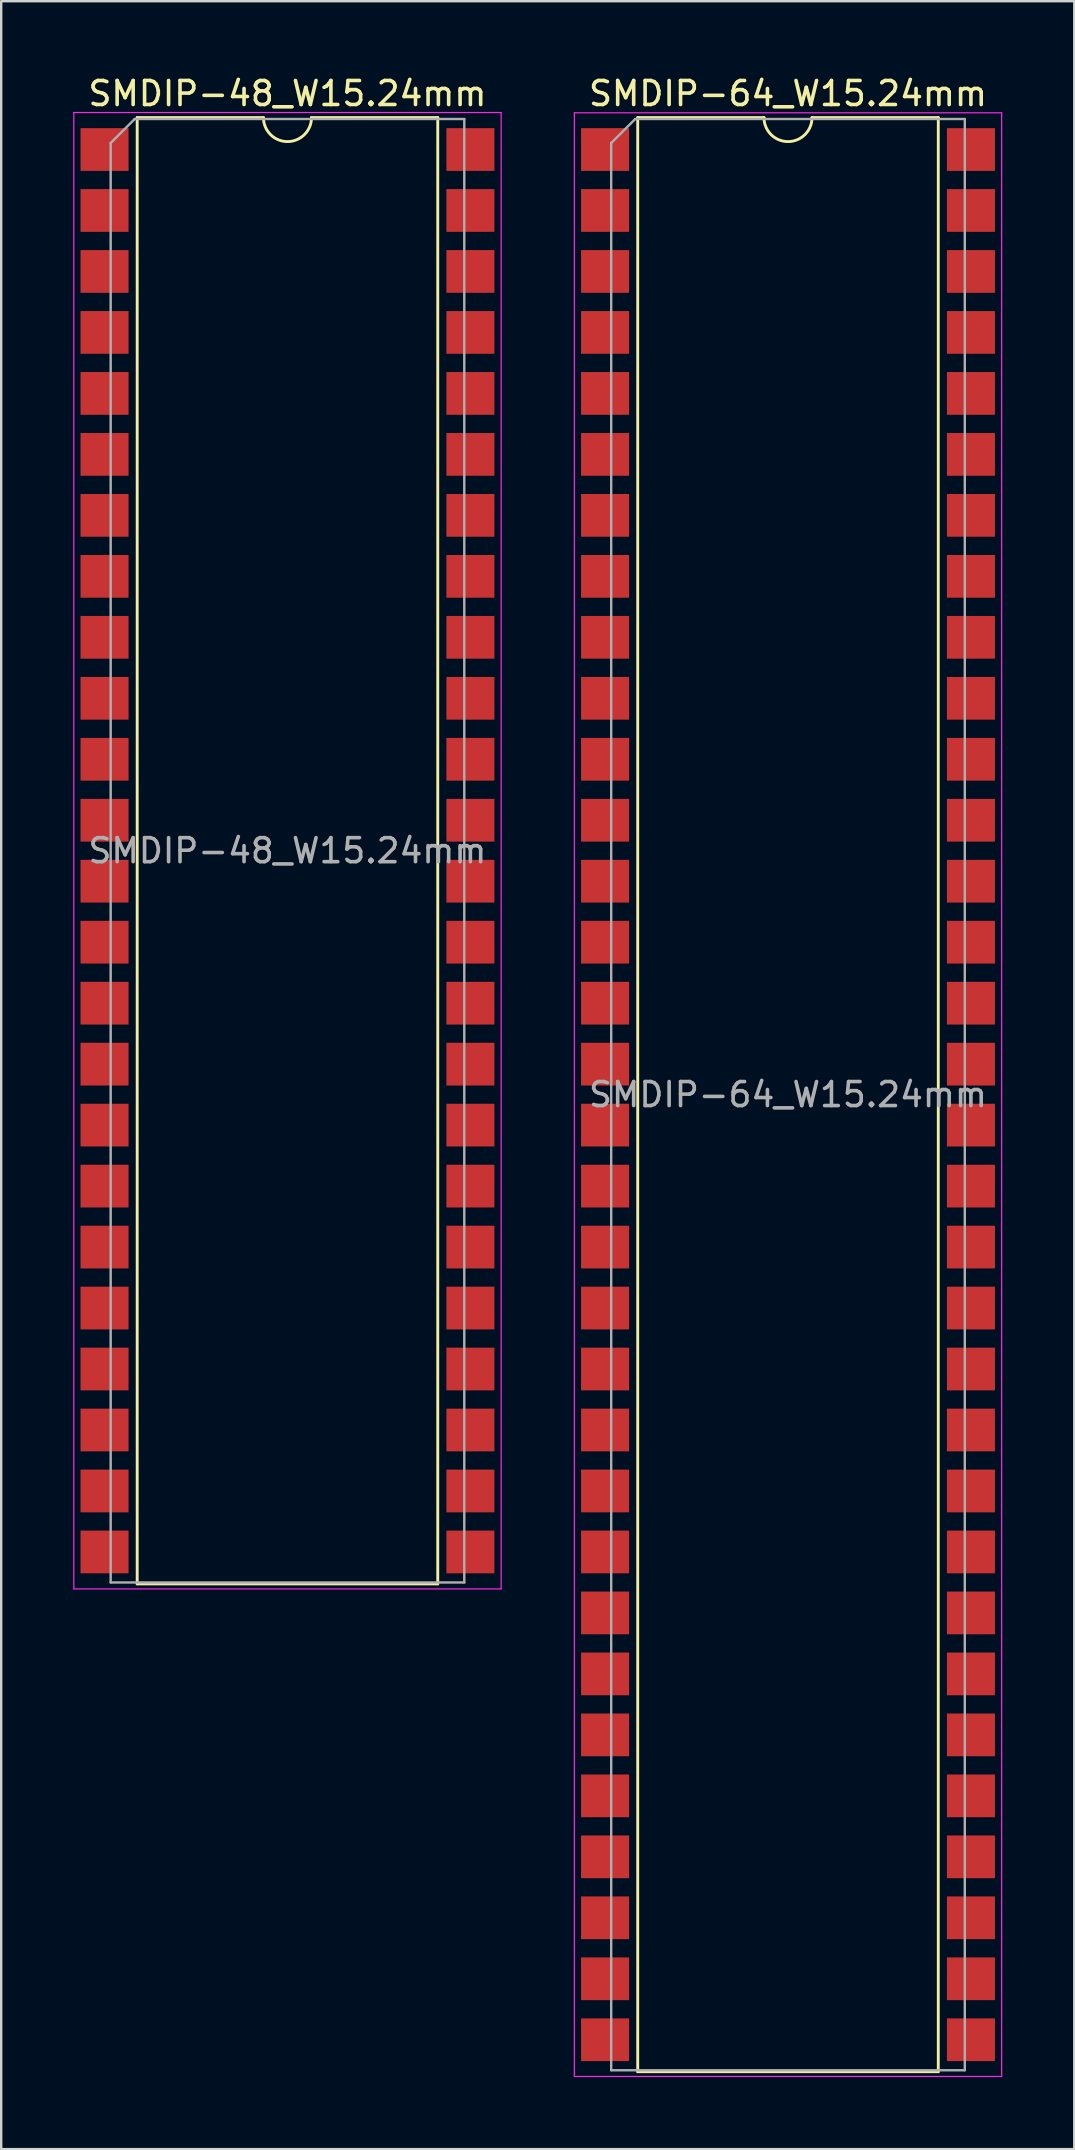
<source format=kicad_pcb>
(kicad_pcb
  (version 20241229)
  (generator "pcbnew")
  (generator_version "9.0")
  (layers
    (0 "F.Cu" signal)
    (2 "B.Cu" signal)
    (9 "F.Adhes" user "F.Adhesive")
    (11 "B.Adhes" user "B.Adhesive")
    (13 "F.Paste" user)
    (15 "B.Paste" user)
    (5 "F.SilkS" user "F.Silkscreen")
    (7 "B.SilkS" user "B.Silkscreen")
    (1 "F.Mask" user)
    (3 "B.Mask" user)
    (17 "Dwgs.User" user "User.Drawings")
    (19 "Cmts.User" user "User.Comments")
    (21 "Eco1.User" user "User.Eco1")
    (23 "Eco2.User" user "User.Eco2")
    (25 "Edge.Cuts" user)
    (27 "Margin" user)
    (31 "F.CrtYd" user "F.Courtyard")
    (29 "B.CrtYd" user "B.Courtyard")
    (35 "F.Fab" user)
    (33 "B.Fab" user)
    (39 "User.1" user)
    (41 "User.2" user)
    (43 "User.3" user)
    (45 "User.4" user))
  (footprint "SMDIP-64_W15.24mm"
    (layer "F.Cu")
    (at 29.775 42.548)
    (property "Reference" "SMDIP-64_W15.24mm" (at 0 -41.7 0) (layer "F.SilkS") (effects (font (size 1 1) (thickness 0.15))))
    (attr smd)
    (fp_line (start -6.26 -40.7) (end -6.26 40.7) (stroke (width 0.12) (type solid)) (layer "F.SilkS"))
    (fp_line (start -6.26 40.7) (end 6.26 40.7) (stroke (width 0.12) (type solid)) (layer "F.SilkS"))
    (fp_line (start -1 -40.7) (end -6.26 -40.7) (stroke (width 0.12) (type solid)) (layer "F.SilkS"))
    (fp_line (start 6.26 -40.7) (end 1 -40.7) (stroke (width 0.12) (type solid)) (layer "F.SilkS"))
    (fp_line (start 6.26 40.7) (end 6.26 -40.7) (stroke (width 0.12) (type solid)) (layer "F.SilkS"))
    (fp_arc (start 1 -40.7) (mid 0 -39.7) (end -1 -40.7) (stroke (width 0.12) (type solid)) (layer "F.SilkS"))
    (fp_line (start -8.9 -40.9) (end -8.9 40.9) (stroke (width 0.05) (type solid)) (layer "F.CrtYd"))
    (fp_line (start -8.9 40.9) (end 8.9 40.9) (stroke (width 0.05) (type solid)) (layer "F.CrtYd"))
    (fp_line (start 8.9 -40.9) (end -8.9 -40.9) (stroke (width 0.05) (type solid)) (layer "F.CrtYd"))
    (fp_line (start 8.9 40.9) (end 8.9 -40.9) (stroke (width 0.05) (type solid)) (layer "F.CrtYd"))
    (fp_line (start -7.365 -39.64) (end -6.365 -40.64) (stroke (width 0.1) (type solid)) (layer "F.Fab"))
    (fp_line (start -7.365 40.64) (end -7.365 -39.64) (stroke (width 0.1) (type solid)) (layer "F.Fab"))
    (fp_line (start -6.365 -40.64) (end 7.365 -40.64) (stroke (width 0.1) (type solid)) (layer "F.Fab"))
    (fp_line (start 7.365 -40.64) (end 7.365 40.64) (stroke (width 0.1) (type solid)) (layer "F.Fab"))
    (fp_line (start 7.365 40.64) (end -7.365 40.64) (stroke (width 0.1) (type solid)) (layer "F.Fab"))
    (fp_text user "${REFERENCE}" (at 0 0 0) (layer "F.Fab") (effects (font (size 1 1) (thickness 0.15))))
    (pad "1" smd rect (at -7.62 -39.37) (size 2 1.78) (layers "F.Cu" "F.Mask" "F.Paste"))
    (pad "2" smd rect (at -7.62 -36.83) (size 2 1.78) (layers "F.Cu" "F.Mask" "F.Paste"))
    (pad "3" smd rect (at -7.62 -34.29) (size 2 1.78) (layers "F.Cu" "F.Mask" "F.Paste"))
    (pad "4" smd rect (at -7.62 -31.75) (size 2 1.78) (layers "F.Cu" "F.Mask" "F.Paste"))
    (pad "5" smd rect (at -7.62 -29.21) (size 2 1.78) (layers "F.Cu" "F.Mask" "F.Paste"))
    (pad "6" smd rect (at -7.62 -26.67) (size 2 1.78) (layers "F.Cu" "F.Mask" "F.Paste"))
    (pad "7" smd rect (at -7.62 -24.13) (size 2 1.78) (layers "F.Cu" "F.Mask" "F.Paste"))
    (pad "8" smd rect (at -7.62 -21.59) (size 2 1.78) (layers "F.Cu" "F.Mask" "F.Paste"))
    (pad "9" smd rect (at -7.62 -19.05) (size 2 1.78) (layers "F.Cu" "F.Mask" "F.Paste"))
    (pad "10" smd rect (at -7.62 -16.51) (size 2 1.78) (layers "F.Cu" "F.Mask" "F.Paste"))
    (pad "11" smd rect (at -7.62 -13.97) (size 2 1.78) (layers "F.Cu" "F.Mask" "F.Paste"))
    (pad "12" smd rect (at -7.62 -11.43) (size 2 1.78) (layers "F.Cu" "F.Mask" "F.Paste"))
    (pad "13" smd rect (at -7.62 -8.89) (size 2 1.78) (layers "F.Cu" "F.Mask" "F.Paste"))
    (pad "14" smd rect (at -7.62 -6.35) (size 2 1.78) (layers "F.Cu" "F.Mask" "F.Paste"))
    (pad "15" smd rect (at -7.62 -3.81) (size 2 1.78) (layers "F.Cu" "F.Mask" "F.Paste"))
    (pad "16" smd rect (at -7.62 -1.27) (size 2 1.78) (layers "F.Cu" "F.Mask" "F.Paste"))
    (pad "17" smd rect (at -7.62 1.27) (size 2 1.78) (layers "F.Cu" "F.Mask" "F.Paste"))
    (pad "18" smd rect (at -7.62 3.81) (size 2 1.78) (layers "F.Cu" "F.Mask" "F.Paste"))
    (pad "19" smd rect (at -7.62 6.35) (size 2 1.78) (layers "F.Cu" "F.Mask" "F.Paste"))
    (pad "20" smd rect (at -7.62 8.89) (size 2 1.78) (layers "F.Cu" "F.Mask" "F.Paste"))
    (pad "21" smd rect (at -7.62 11.43) (size 2 1.78) (layers "F.Cu" "F.Mask" "F.Paste"))
    (pad "22" smd rect (at -7.62 13.97) (size 2 1.78) (layers "F.Cu" "F.Mask" "F.Paste"))
    (pad "23" smd rect (at -7.62 16.51) (size 2 1.78) (layers "F.Cu" "F.Mask" "F.Paste"))
    (pad "24" smd rect (at -7.62 19.05) (size 2 1.78) (layers "F.Cu" "F.Mask" "F.Paste"))
    (pad "25" smd rect (at -7.62 21.59) (size 2 1.78) (layers "F.Cu" "F.Mask" "F.Paste"))
    (pad "26" smd rect (at -7.62 24.13) (size 2 1.78) (layers "F.Cu" "F.Mask" "F.Paste"))
    (pad "27" smd rect (at -7.62 26.67) (size 2 1.78) (layers "F.Cu" "F.Mask" "F.Paste"))
    (pad "28" smd rect (at -7.62 29.21) (size 2 1.78) (layers "F.Cu" "F.Mask" "F.Paste"))
    (pad "29" smd rect (at -7.62 31.75) (size 2 1.78) (layers "F.Cu" "F.Mask" "F.Paste"))
    (pad "30" smd rect (at -7.62 34.29) (size 2 1.78) (layers "F.Cu" "F.Mask" "F.Paste"))
    (pad "31" smd rect (at -7.62 36.83) (size 2 1.78) (layers "F.Cu" "F.Mask" "F.Paste"))
    (pad "32" smd rect (at -7.62 39.37) (size 2 1.78) (layers "F.Cu" "F.Mask" "F.Paste"))
    (pad "33" smd rect (at 7.62 39.37) (size 2 1.78) (layers "F.Cu" "F.Mask" "F.Paste"))
    (pad "34" smd rect (at 7.62 36.83) (size 2 1.78) (layers "F.Cu" "F.Mask" "F.Paste"))
    (pad "35" smd rect (at 7.62 34.29) (size 2 1.78) (layers "F.Cu" "F.Mask" "F.Paste"))
    (pad "36" smd rect (at 7.62 31.75) (size 2 1.78) (layers "F.Cu" "F.Mask" "F.Paste"))
    (pad "37" smd rect (at 7.62 29.21) (size 2 1.78) (layers "F.Cu" "F.Mask" "F.Paste"))
    (pad "38" smd rect (at 7.62 26.67) (size 2 1.78) (layers "F.Cu" "F.Mask" "F.Paste"))
    (pad "39" smd rect (at 7.62 24.13) (size 2 1.78) (layers "F.Cu" "F.Mask" "F.Paste"))
    (pad "40" smd rect (at 7.62 21.59) (size 2 1.78) (layers "F.Cu" "F.Mask" "F.Paste"))
    (pad "41" smd rect (at 7.62 19.05) (size 2 1.78) (layers "F.Cu" "F.Mask" "F.Paste"))
    (pad "42" smd rect (at 7.62 16.51) (size 2 1.78) (layers "F.Cu" "F.Mask" "F.Paste"))
    (pad "43" smd rect (at 7.62 13.97) (size 2 1.78) (layers "F.Cu" "F.Mask" "F.Paste"))
    (pad "44" smd rect (at 7.62 11.43) (size 2 1.78) (layers "F.Cu" "F.Mask" "F.Paste"))
    (pad "45" smd rect (at 7.62 8.89) (size 2 1.78) (layers "F.Cu" "F.Mask" "F.Paste"))
    (pad "46" smd rect (at 7.62 6.35) (size 2 1.78) (layers "F.Cu" "F.Mask" "F.Paste"))
    (pad "47" smd rect (at 7.62 3.81) (size 2 1.78) (layers "F.Cu" "F.Mask" "F.Paste"))
    (pad "48" smd rect (at 7.62 1.27) (size 2 1.78) (layers "F.Cu" "F.Mask" "F.Paste"))
    (pad "49" smd rect (at 7.62 -1.27) (size 2 1.78) (layers "F.Cu" "F.Mask" "F.Paste"))
    (pad "50" smd rect (at 7.62 -3.81) (size 2 1.78) (layers "F.Cu" "F.Mask" "F.Paste"))
    (pad "51" smd rect (at 7.62 -6.35) (size 2 1.78) (layers "F.Cu" "F.Mask" "F.Paste"))
    (pad "52" smd rect (at 7.62 -8.89) (size 2 1.78) (layers "F.Cu" "F.Mask" "F.Paste"))
    (pad "53" smd rect (at 7.62 -11.43) (size 2 1.78) (layers "F.Cu" "F.Mask" "F.Paste"))
    (pad "54" smd rect (at 7.62 -13.97) (size 2 1.78) (layers "F.Cu" "F.Mask" "F.Paste"))
    (pad "55" smd rect (at 7.62 -16.51) (size 2 1.78) (layers "F.Cu" "F.Mask" "F.Paste"))
    (pad "56" smd rect (at 7.62 -19.05) (size 2 1.78) (layers "F.Cu" "F.Mask" "F.Paste"))
    (pad "57" smd rect (at 7.62 -21.59) (size 2 1.78) (layers "F.Cu" "F.Mask" "F.Paste"))
    (pad "58" smd rect (at 7.62 -24.13) (size 2 1.78) (layers "F.Cu" "F.Mask" "F.Paste"))
    (pad "59" smd rect (at 7.62 -26.67) (size 2 1.78) (layers "F.Cu" "F.Mask" "F.Paste"))
    (pad "60" smd rect (at 7.62 -29.21) (size 2 1.78) (layers "F.Cu" "F.Mask" "F.Paste"))
    (pad "61" smd rect (at 7.62 -31.75) (size 2 1.78) (layers "F.Cu" "F.Mask" "F.Paste"))
    (pad "62" smd rect (at 7.62 -34.29) (size 2 1.78) (layers "F.Cu" "F.Mask" "F.Paste"))
    (pad "63" smd rect (at 7.62 -36.83) (size 2 1.78) (layers "F.Cu" "F.Mask" "F.Paste"))
    (pad "64" smd rect (at 7.62 -39.37) (size 2 1.78) (layers "F.Cu" "F.Mask" "F.Paste")))
  (footprint "SMDIP-48_W15.24mm"
    (layer "F.Cu")
    (at 8.925 32.388)
    (property "Reference" "SMDIP-48_W15.24mm" (at 0 -31.54 0) (layer "F.SilkS") (effects (font (size 1 1) (thickness 0.15))))
    (attr smd)
    (fp_line (start -6.26 -30.54) (end -6.26 30.54) (stroke (width 0.12) (type solid)) (layer "F.SilkS"))
    (fp_line (start -6.26 30.54) (end 6.26 30.54) (stroke (width 0.12) (type solid)) (layer "F.SilkS"))
    (fp_line (start -1 -30.54) (end -6.26 -30.54) (stroke (width 0.12) (type solid)) (layer "F.SilkS"))
    (fp_line (start 6.26 -30.54) (end 1 -30.54) (stroke (width 0.12) (type solid)) (layer "F.SilkS"))
    (fp_line (start 6.26 30.54) (end 6.26 -30.54) (stroke (width 0.12) (type solid)) (layer "F.SilkS"))
    (fp_arc (start 1 -30.54) (mid 0 -29.54) (end -1 -30.54) (stroke (width 0.12) (type solid)) (layer "F.SilkS"))
    (fp_line (start -8.9 -30.75) (end -8.9 30.75) (stroke (width 0.05) (type solid)) (layer "F.CrtYd"))
    (fp_line (start -8.9 30.75) (end 8.9 30.75) (stroke (width 0.05) (type solid)) (layer "F.CrtYd"))
    (fp_line (start 8.9 -30.75) (end -8.9 -30.75) (stroke (width 0.05) (type solid)) (layer "F.CrtYd"))
    (fp_line (start 8.9 30.75) (end 8.9 -30.75) (stroke (width 0.05) (type solid)) (layer "F.CrtYd"))
    (fp_line (start -7.365 -29.48) (end -6.365 -30.48) (stroke (width 0.1) (type solid)) (layer "F.Fab"))
    (fp_line (start -7.365 30.48) (end -7.365 -29.48) (stroke (width 0.1) (type solid)) (layer "F.Fab"))
    (fp_line (start -6.365 -30.48) (end 7.365 -30.48) (stroke (width 0.1) (type solid)) (layer "F.Fab"))
    (fp_line (start 7.365 -30.48) (end 7.365 30.48) (stroke (width 0.1) (type solid)) (layer "F.Fab"))
    (fp_line (start 7.365 30.48) (end -7.365 30.48) (stroke (width 0.1) (type solid)) (layer "F.Fab"))
    (fp_text user "${REFERENCE}" (at 0 0 0) (layer "F.Fab") (effects (font (size 1 1) (thickness 0.15))))
    (pad "1" smd rect (at -7.62 -29.21) (size 2 1.78) (layers "F.Cu" "F.Mask" "F.Paste"))
    (pad "2" smd rect (at -7.62 -26.67) (size 2 1.78) (layers "F.Cu" "F.Mask" "F.Paste"))
    (pad "3" smd rect (at -7.62 -24.13) (size 2 1.78) (layers "F.Cu" "F.Mask" "F.Paste"))
    (pad "4" smd rect (at -7.62 -21.59) (size 2 1.78) (layers "F.Cu" "F.Mask" "F.Paste"))
    (pad "5" smd rect (at -7.62 -19.05) (size 2 1.78) (layers "F.Cu" "F.Mask" "F.Paste"))
    (pad "6" smd rect (at -7.62 -16.51) (size 2 1.78) (layers "F.Cu" "F.Mask" "F.Paste"))
    (pad "7" smd rect (at -7.62 -13.97) (size 2 1.78) (layers "F.Cu" "F.Mask" "F.Paste"))
    (pad "8" smd rect (at -7.62 -11.43) (size 2 1.78) (layers "F.Cu" "F.Mask" "F.Paste"))
    (pad "9" smd rect (at -7.62 -8.89) (size 2 1.78) (layers "F.Cu" "F.Mask" "F.Paste"))
    (pad "10" smd rect (at -7.62 -6.35) (size 2 1.78) (layers "F.Cu" "F.Mask" "F.Paste"))
    (pad "11" smd rect (at -7.62 -3.81) (size 2 1.78) (layers "F.Cu" "F.Mask" "F.Paste"))
    (pad "12" smd rect (at -7.62 -1.27) (size 2 1.78) (layers "F.Cu" "F.Mask" "F.Paste"))
    (pad "13" smd rect (at -7.62 1.27) (size 2 1.78) (layers "F.Cu" "F.Mask" "F.Paste"))
    (pad "14" smd rect (at -7.62 3.81) (size 2 1.78) (layers "F.Cu" "F.Mask" "F.Paste"))
    (pad "15" smd rect (at -7.62 6.35) (size 2 1.78) (layers "F.Cu" "F.Mask" "F.Paste"))
    (pad "16" smd rect (at -7.62 8.89) (size 2 1.78) (layers "F.Cu" "F.Mask" "F.Paste"))
    (pad "17" smd rect (at -7.62 11.43) (size 2 1.78) (layers "F.Cu" "F.Mask" "F.Paste"))
    (pad "18" smd rect (at -7.62 13.97) (size 2 1.78) (layers "F.Cu" "F.Mask" "F.Paste"))
    (pad "19" smd rect (at -7.62 16.51) (size 2 1.78) (layers "F.Cu" "F.Mask" "F.Paste"))
    (pad "20" smd rect (at -7.62 19.05) (size 2 1.78) (layers "F.Cu" "F.Mask" "F.Paste"))
    (pad "21" smd rect (at -7.62 21.59) (size 2 1.78) (layers "F.Cu" "F.Mask" "F.Paste"))
    (pad "22" smd rect (at -7.62 24.13) (size 2 1.78) (layers "F.Cu" "F.Mask" "F.Paste"))
    (pad "23" smd rect (at -7.62 26.67) (size 2 1.78) (layers "F.Cu" "F.Mask" "F.Paste"))
    (pad "24" smd rect (at -7.62 29.21) (size 2 1.78) (layers "F.Cu" "F.Mask" "F.Paste"))
    (pad "25" smd rect (at 7.62 29.21) (size 2 1.78) (layers "F.Cu" "F.Mask" "F.Paste"))
    (pad "26" smd rect (at 7.62 26.67) (size 2 1.78) (layers "F.Cu" "F.Mask" "F.Paste"))
    (pad "27" smd rect (at 7.62 24.13) (size 2 1.78) (layers "F.Cu" "F.Mask" "F.Paste"))
    (pad "28" smd rect (at 7.62 21.59) (size 2 1.78) (layers "F.Cu" "F.Mask" "F.Paste"))
    (pad "29" smd rect (at 7.62 19.05) (size 2 1.78) (layers "F.Cu" "F.Mask" "F.Paste"))
    (pad "30" smd rect (at 7.62 16.51) (size 2 1.78) (layers "F.Cu" "F.Mask" "F.Paste"))
    (pad "31" smd rect (at 7.62 13.97) (size 2 1.78) (layers "F.Cu" "F.Mask" "F.Paste"))
    (pad "32" smd rect (at 7.62 11.43) (size 2 1.78) (layers "F.Cu" "F.Mask" "F.Paste"))
    (pad "33" smd rect (at 7.62 8.89) (size 2 1.78) (layers "F.Cu" "F.Mask" "F.Paste"))
    (pad "34" smd rect (at 7.62 6.35) (size 2 1.78) (layers "F.Cu" "F.Mask" "F.Paste"))
    (pad "35" smd rect (at 7.62 3.81) (size 2 1.78) (layers "F.Cu" "F.Mask" "F.Paste"))
    (pad "36" smd rect (at 7.62 1.27) (size 2 1.78) (layers "F.Cu" "F.Mask" "F.Paste"))
    (pad "37" smd rect (at 7.62 -1.27) (size 2 1.78) (layers "F.Cu" "F.Mask" "F.Paste"))
    (pad "38" smd rect (at 7.62 -3.81) (size 2 1.78) (layers "F.Cu" "F.Mask" "F.Paste"))
    (pad "39" smd rect (at 7.62 -6.35) (size 2 1.78) (layers "F.Cu" "F.Mask" "F.Paste"))
    (pad "40" smd rect (at 7.62 -8.89) (size 2 1.78) (layers "F.Cu" "F.Mask" "F.Paste"))
    (pad "41" smd rect (at 7.62 -11.43) (size 2 1.78) (layers "F.Cu" "F.Mask" "F.Paste"))
    (pad "42" smd rect (at 7.62 -13.97) (size 2 1.78) (layers "F.Cu" "F.Mask" "F.Paste"))
    (pad "43" smd rect (at 7.62 -16.51) (size 2 1.78) (layers "F.Cu" "F.Mask" "F.Paste"))
    (pad "44" smd rect (at 7.62 -19.05) (size 2 1.78) (layers "F.Cu" "F.Mask" "F.Paste"))
    (pad "45" smd rect (at 7.62 -21.59) (size 2 1.78) (layers "F.Cu" "F.Mask" "F.Paste"))
    (pad "46" smd rect (at 7.62 -24.13) (size 2 1.78) (layers "F.Cu" "F.Mask" "F.Paste"))
    (pad "47" smd rect (at 7.62 -26.67) (size 2 1.78) (layers "F.Cu" "F.Mask" "F.Paste"))
    (pad "48" smd rect (at 7.62 -29.21) (size 2 1.78) (layers "F.Cu" "F.Mask" "F.Paste")))
  (gr_rect
    (start -3 -3)
    (end 41.7 86.473)
    (stroke (width 0.1) (type default))
    (fill no)
    (layer "Edge.Cuts")))
</source>
